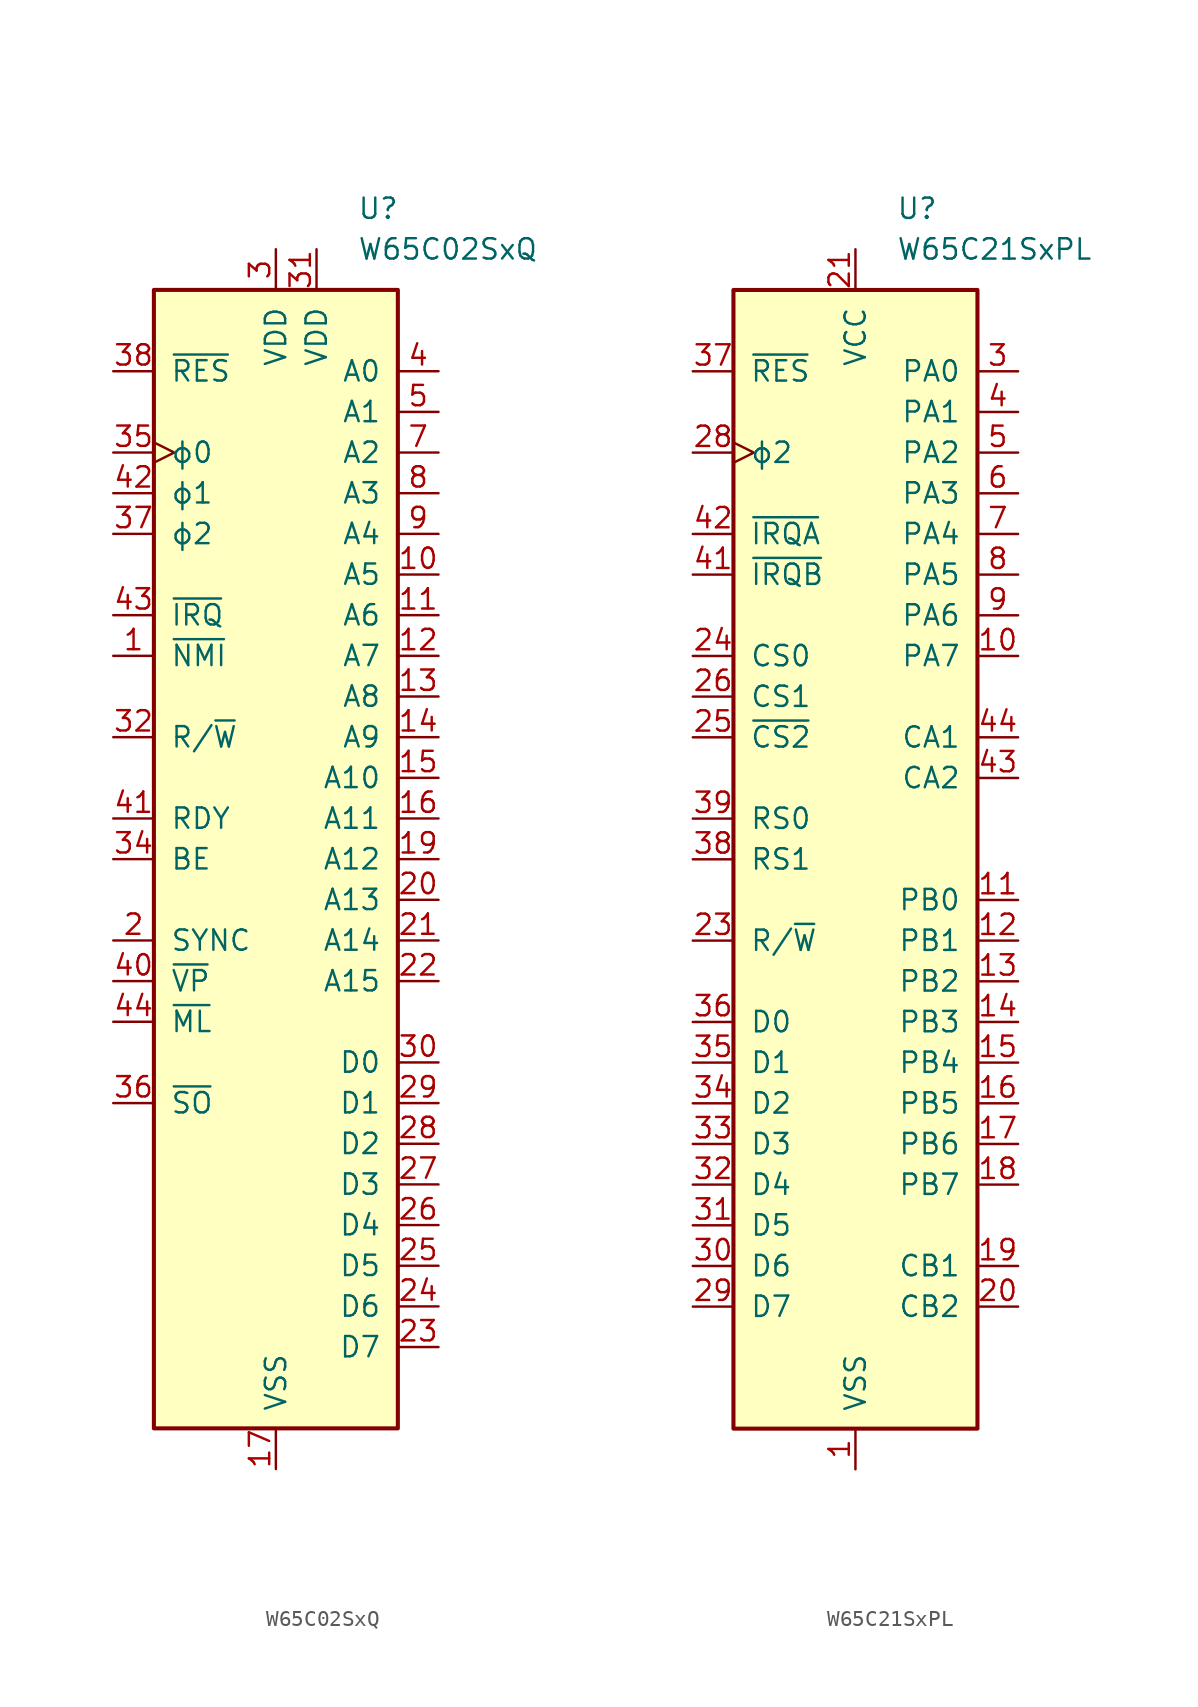
<source format=kicad_sym>
(kicad_symbol_lib
  (version 20211014)
  (generator kicad_symbol_editor)
  (symbol "W65C02SxQ"
    (pin_names
      (offset 1.016))
    (property "Reference" "U"
      (at 5.08 40.64 0)
      (effects (font (size 1.27 1.27)) (justify left)))
    (property "Value" "W65C02SxQ"
      (at 5.08 38.1 0)
      (effects (font (size 1.27 1.27)) (justify left)))
    (symbol "W65C02SxQ_0_1"
      (rectangle (start -7.62 35.56) (end 7.62 -35.56) (stroke (width 0.254) (type default) (color 0 0 0 0)) (fill (type background))))
    (symbol "W65C02SxQ_1_1"
      (pin input line (at -10.16 12.7 0) (length 2.54) (name "~{NMI}" (effects (font (size 1.27 1.27)))) (number "1" (effects (font (size 1.27 1.27)))))
      (pin tri_state line (at 10.16 17.78 180) (length 2.54) (name "A5" (effects (font (size 1.27 1.27)))) (number "10" (effects (font (size 1.27 1.27)))))
      (pin tri_state line (at 10.16 15.24 180) (length 2.54) (name "A6" (effects (font (size 1.27 1.27)))) (number "11" (effects (font (size 1.27 1.27)))))
      (pin tri_state line (at 10.16 12.7 180) (length 2.54) (name "A7" (effects (font (size 1.27 1.27)))) (number "12" (effects (font (size 1.27 1.27)))))
      (pin tri_state line (at 10.16 10.16 180) (length 2.54) (name "A8" (effects (font (size 1.27 1.27)))) (number "13" (effects (font (size 1.27 1.27)))))
      (pin tri_state line (at 10.16 7.62 180) (length 2.54) (name "A9" (effects (font (size 1.27 1.27)))) (number "14" (effects (font (size 1.27 1.27)))))
      (pin tri_state line (at 10.16 5.08 180) (length 2.54) (name "A10" (effects (font (size 1.27 1.27)))) (number "15" (effects (font (size 1.27 1.27)))))
      (pin tri_state line (at 10.16 2.54 180) (length 2.54) (name "A11" (effects (font (size 1.27 1.27)))) (number "16" (effects (font (size 1.27 1.27)))))
      (pin power_in line (at 0 -38.1 90) (length 2.54) (name "VSS" (effects (font (size 1.27 1.27)))) (number "17" (effects (font (size 1.27 1.27)))))
      (pin passive line (at 0 -38.1 90) (length 2.54) hide (name "VSS" (effects (font (size 1.27 1.27)))) (number "18" (effects (font (size 1.27 1.27)))))
      (pin tri_state line (at 10.16 0 180) (length 2.54) (name "A12" (effects (font (size 1.27 1.27)))) (number "19" (effects (font (size 1.27 1.27)))))
      (pin output line (at -10.16 -5.08 0) (length 2.54) (name "SYNC" (effects (font (size 1.27 1.27)))) (number "2" (effects (font (size 1.27 1.27)))))
      (pin tri_state line (at 10.16 -2.54 180) (length 2.54) (name "A13" (effects (font (size 1.27 1.27)))) (number "20" (effects (font (size 1.27 1.27)))))
      (pin tri_state line (at 10.16 -5.08 180) (length 2.54) (name "A14" (effects (font (size 1.27 1.27)))) (number "21" (effects (font (size 1.27 1.27)))))
      (pin tri_state line (at 10.16 -7.62 180) (length 2.54) (name "A15" (effects (font (size 1.27 1.27)))) (number "22" (effects (font (size 1.27 1.27)))))
      (pin bidirectional line (at 10.16 -30.48 180) (length 2.54) (name "D7" (effects (font (size 1.27 1.27)))) (number "23" (effects (font (size 1.27 1.27)))))
      (pin bidirectional line (at 10.16 -27.94 180) (length 2.54) (name "D6" (effects (font (size 1.27 1.27)))) (number "24" (effects (font (size 1.27 1.27)))))
      (pin bidirectional line (at 10.16 -25.4 180) (length 2.54) (name "D5" (effects (font (size 1.27 1.27)))) (number "25" (effects (font (size 1.27 1.27)))))
      (pin bidirectional line (at 10.16 -22.86 180) (length 2.54) (name "D4" (effects (font (size 1.27 1.27)))) (number "26" (effects (font (size 1.27 1.27)))))
      (pin bidirectional line (at 10.16 -20.32 180) (length 2.54) (name "D3" (effects (font (size 1.27 1.27)))) (number "27" (effects (font (size 1.27 1.27)))))
      (pin bidirectional line (at 10.16 -17.78 180) (length 2.54) (name "D2" (effects (font (size 1.27 1.27)))) (number "28" (effects (font (size 1.27 1.27)))))
      (pin bidirectional line (at 10.16 -15.24 180) (length 2.54) (name "D1" (effects (font (size 1.27 1.27)))) (number "29" (effects (font (size 1.27 1.27)))))
      (pin power_in line (at 0 38.1 270) (length 2.54) (name "VDD" (effects (font (size 1.27 1.27)))) (number "3" (effects (font (size 1.27 1.27)))))
      (pin bidirectional line (at 10.16 -12.7 180) (length 2.54) (name "D0" (effects (font (size 1.27 1.27)))) (number "30" (effects (font (size 1.27 1.27)))))
      (pin power_in line (at 2.54 38.1 270) (length 2.54) (name "VDD" (effects (font (size 1.27 1.27)))) (number "31" (effects (font (size 1.27 1.27)))))
      (pin tri_state line (at -10.16 7.62 0) (length 2.54) (name "R/~{W}" (effects (font (size 1.27 1.27)))) (number "32" (effects (font (size 1.27 1.27)))))
      (pin no_connect non_logic (at -7.62 -27.94 0) (length 2.54) hide (name "nc" (effects (font (size 1.27 1.27)))) (number "33" (effects (font (size 1.27 1.27)))))
      (pin input line (at -10.16 0 0) (length 2.54) (name "BE" (effects (font (size 1.27 1.27)))) (number "34" (effects (font (size 1.27 1.27)))))
      (pin input clock (at -10.16 25.4 0) (length 2.54) (name "ϕ0" (effects (font (size 1.27 1.27)))) (number "35" (effects (font (size 1.27 1.27)))))
      (pin input line (at -10.16 -15.24 0) (length 2.54) (name "~{SO}" (effects (font (size 1.27 1.27)))) (number "36" (effects (font (size 1.27 1.27)))))
      (pin output line (at -10.16 20.32 0) (length 2.54) (name "ϕ2" (effects (font (size 1.27 1.27)))) (number "37" (effects (font (size 1.27 1.27)))))
      (pin input line (at -10.16 30.48 0) (length 2.54) (name "~{RES}" (effects (font (size 1.27 1.27)))) (number "38" (effects (font (size 1.27 1.27)))))
      (pin passive line (at 0 -38.1 90) (length 2.54) hide (name "VSS" (effects (font (size 1.27 1.27)))) (number "39" (effects (font (size 1.27 1.27)))))
      (pin tri_state line (at 10.16 30.48 180) (length 2.54) (name "A0" (effects (font (size 1.27 1.27)))) (number "4" (effects (font (size 1.27 1.27)))))
      (pin output line (at -10.16 -7.62 0) (length 2.54) (name "~{VP}" (effects (font (size 1.27 1.27)))) (number "40" (effects (font (size 1.27 1.27)))))
      (pin open_collector line (at -10.16 2.54 0) (length 2.54) (name "RDY" (effects (font (size 1.27 1.27)))) (number "41" (effects (font (size 1.27 1.27)))))
      (pin output line (at -10.16 22.86 0) (length 2.54) (name "ϕ1" (effects (font (size 1.27 1.27)))) (number "42" (effects (font (size 1.27 1.27)))))
      (pin input line (at -10.16 15.24 0) (length 2.54) (name "~{IRQ}" (effects (font (size 1.27 1.27)))) (number "43" (effects (font (size 1.27 1.27)))))
      (pin output line (at -10.16 -10.16 0) (length 2.54) (name "~{ML}" (effects (font (size 1.27 1.27)))) (number "44" (effects (font (size 1.27 1.27)))))
      (pin tri_state line (at 10.16 27.94 180) (length 2.54) (name "A1" (effects (font (size 1.27 1.27)))) (number "5" (effects (font (size 1.27 1.27)))))
      (pin no_connect non_logic (at -7.62 -25.4 0) (length 2.54) hide (name "nc" (effects (font (size 1.27 1.27)))) (number "6" (effects (font (size 1.27 1.27)))))
      (pin tri_state line (at 10.16 25.4 180) (length 2.54) (name "A2" (effects (font (size 1.27 1.27)))) (number "7" (effects (font (size 1.27 1.27)))))
      (pin tri_state line (at 10.16 22.86 180) (length 2.54) (name "A3" (effects (font (size 1.27 1.27)))) (number "8" (effects (font (size 1.27 1.27)))))
      (pin tri_state line (at 10.16 20.32 180) (length 2.54) (name "A4" (effects (font (size 1.27 1.27)))) (number "9" (effects (font (size 1.27 1.27)))))))
  (symbol "W65C21SxPL"
    (pin_names
      (offset 1.016))
    (property "Reference" "U"
      (at 2.54 40.64 0)
      (effects (font (size 1.27 1.27)) (justify left)))
    (property "Value" "W65C21SxPL"
      (at 2.54 38.1 0)
      (effects (font (size 1.27 1.27)) (justify left)))
    (symbol "W65C21SxPL_0_1"
      (rectangle (start -7.62 35.56) (end 7.62 -35.56) (stroke (width 0.254) (type default) (color 0 0 0 0)) (fill (type background))))
    (symbol "W65C21SxPL_1_1"
      (pin power_in line (at 0 -38.1 90) (length 2.54) (name "VSS" (effects (font (size 1.27 1.27)))) (number "1" (effects (font (size 1.27 1.27)))))
      (pin bidirectional line (at 10.16 12.7 180) (length 2.54) (name "PA7" (effects (font (size 1.27 1.27)))) (number "10" (effects (font (size 1.27 1.27)))))
      (pin bidirectional line (at 10.16 -2.54 180) (length 2.54) (name "PB0" (effects (font (size 1.27 1.27)))) (number "11" (effects (font (size 1.27 1.27)))))
      (pin bidirectional line (at 10.16 -5.08 180) (length 2.54) (name "PB1" (effects (font (size 1.27 1.27)))) (number "12" (effects (font (size 1.27 1.27)))))
      (pin bidirectional line (at 10.16 -7.62 180) (length 2.54) (name "PB2" (effects (font (size 1.27 1.27)))) (number "13" (effects (font (size 1.27 1.27)))))
      (pin bidirectional line (at 10.16 -10.16 180) (length 2.54) (name "PB3" (effects (font (size 1.27 1.27)))) (number "14" (effects (font (size 1.27 1.27)))))
      (pin bidirectional line (at 10.16 -12.7 180) (length 2.54) (name "PB4" (effects (font (size 1.27 1.27)))) (number "15" (effects (font (size 1.27 1.27)))))
      (pin bidirectional line (at 10.16 -15.24 180) (length 2.54) (name "PB5" (effects (font (size 1.27 1.27)))) (number "16" (effects (font (size 1.27 1.27)))))
      (pin bidirectional line (at 10.16 -17.78 180) (length 2.54) (name "PB6" (effects (font (size 1.27 1.27)))) (number "17" (effects (font (size 1.27 1.27)))))
      (pin bidirectional line (at 10.16 -20.32 180) (length 2.54) (name "PB7" (effects (font (size 1.27 1.27)))) (number "18" (effects (font (size 1.27 1.27)))))
      (pin input line (at 10.16 -25.4 180) (length 2.54) (name "CB1" (effects (font (size 1.27 1.27)))) (number "19" (effects (font (size 1.27 1.27)))))
      (pin no_connect non_logic (at -7.62 22.86 0) (length 2.54) hide (name "nc" (effects (font (size 1.27 1.27)))) (number "2" (effects (font (size 1.27 1.27)))))
      (pin bidirectional line (at 10.16 -27.94 180) (length 2.54) (name "CB2" (effects (font (size 1.27 1.27)))) (number "20" (effects (font (size 1.27 1.27)))))
      (pin power_in line (at 0 38.1 270) (length 2.54) (name "VCC" (effects (font (size 1.27 1.27)))) (number "21" (effects (font (size 1.27 1.27)))))
      (pin no_connect non_logic (at -7.62 5.08 0) (length 2.54) hide (name "nc" (effects (font (size 1.27 1.27)))) (number "22" (effects (font (size 1.27 1.27)))))
      (pin input line (at -10.16 -5.08 0) (length 2.54) (name "R/~{W}" (effects (font (size 1.27 1.27)))) (number "23" (effects (font (size 1.27 1.27)))))
      (pin input line (at -10.16 12.7 0) (length 2.54) (name "CS0" (effects (font (size 1.27 1.27)))) (number "24" (effects (font (size 1.27 1.27)))))
      (pin input line (at -10.16 7.62 0) (length 2.54) (name "~{CS2}" (effects (font (size 1.27 1.27)))) (number "25" (effects (font (size 1.27 1.27)))))
      (pin input line (at -10.16 10.16 0) (length 2.54) (name "CS1" (effects (font (size 1.27 1.27)))) (number "26" (effects (font (size 1.27 1.27)))))
      (pin no_connect non_logic (at -7.62 -7.62 0) (length 2.54) hide (name "nc" (effects (font (size 1.27 1.27)))) (number "27" (effects (font (size 1.27 1.27)))))
      (pin input clock (at -10.16 25.4 0) (length 2.54) (name "ϕ2" (effects (font (size 1.27 1.27)))) (number "28" (effects (font (size 1.27 1.27)))))
      (pin bidirectional line (at -10.16 -27.94 0) (length 2.54) (name "D7" (effects (font (size 1.27 1.27)))) (number "29" (effects (font (size 1.27 1.27)))))
      (pin bidirectional line (at 10.16 30.48 180) (length 2.54) (name "PA0" (effects (font (size 1.27 1.27)))) (number "3" (effects (font (size 1.27 1.27)))))
      (pin bidirectional line (at -10.16 -25.4 0) (length 2.54) (name "D6" (effects (font (size 1.27 1.27)))) (number "30" (effects (font (size 1.27 1.27)))))
      (pin bidirectional line (at -10.16 -22.86 0) (length 2.54) (name "D5" (effects (font (size 1.27 1.27)))) (number "31" (effects (font (size 1.27 1.27)))))
      (pin bidirectional line (at -10.16 -20.32 0) (length 2.54) (name "D4" (effects (font (size 1.27 1.27)))) (number "32" (effects (font (size 1.27 1.27)))))
      (pin bidirectional line (at -10.16 -17.78 0) (length 2.54) (name "D3" (effects (font (size 1.27 1.27)))) (number "33" (effects (font (size 1.27 1.27)))))
      (pin bidirectional line (at -10.16 -15.24 0) (length 2.54) (name "D2" (effects (font (size 1.27 1.27)))) (number "34" (effects (font (size 1.27 1.27)))))
      (pin bidirectional line (at -10.16 -12.7 0) (length 2.54) (name "D1" (effects (font (size 1.27 1.27)))) (number "35" (effects (font (size 1.27 1.27)))))
      (pin bidirectional line (at -10.16 -10.16 0) (length 2.54) (name "D0" (effects (font (size 1.27 1.27)))) (number "36" (effects (font (size 1.27 1.27)))))
      (pin input line (at -10.16 30.48 0) (length 2.54) (name "~{RES}" (effects (font (size 1.27 1.27)))) (number "37" (effects (font (size 1.27 1.27)))))
      (pin input line (at -10.16 0 0) (length 2.54) (name "RS1" (effects (font (size 1.27 1.27)))) (number "38" (effects (font (size 1.27 1.27)))))
      (pin input line (at -10.16 2.54 0) (length 2.54) (name "RS0" (effects (font (size 1.27 1.27)))) (number "39" (effects (font (size 1.27 1.27)))))
      (pin bidirectional line (at 10.16 27.94 180) (length 2.54) (name "PA1" (effects (font (size 1.27 1.27)))) (number "4" (effects (font (size 1.27 1.27)))))
      (pin no_connect non_logic (at -7.62 -30.48 0) (length 2.54) hide (name "nc" (effects (font (size 1.27 1.27)))) (number "40" (effects (font (size 1.27 1.27)))))
      (pin open_collector line (at -10.16 17.78 0) (length 2.54) (name "~{IRQB}" (effects (font (size 1.27 1.27)))) (number "41" (effects (font (size 1.27 1.27)))))
      (pin open_collector line (at -10.16 20.32 0) (length 2.54) (name "~{IRQA}" (effects (font (size 1.27 1.27)))) (number "42" (effects (font (size 1.27 1.27)))))
      (pin bidirectional line (at 10.16 5.08 180) (length 2.54) (name "CA2" (effects (font (size 1.27 1.27)))) (number "43" (effects (font (size 1.27 1.27)))))
      (pin input line (at 10.16 7.62 180) (length 2.54) (name "CA1" (effects (font (size 1.27 1.27)))) (number "44" (effects (font (size 1.27 1.27)))))
      (pin bidirectional line (at 10.16 25.4 180) (length 2.54) (name "PA2" (effects (font (size 1.27 1.27)))) (number "5" (effects (font (size 1.27 1.27)))))
      (pin bidirectional line (at 10.16 22.86 180) (length 2.54) (name "PA3" (effects (font (size 1.27 1.27)))) (number "6" (effects (font (size 1.27 1.27)))))
      (pin bidirectional line (at 10.16 20.32 180) (length 2.54) (name "PA4" (effects (font (size 1.27 1.27)))) (number "7" (effects (font (size 1.27 1.27)))))
      (pin bidirectional line (at 10.16 17.78 180) (length 2.54) (name "PA5" (effects (font (size 1.27 1.27)))) (number "8" (effects (font (size 1.27 1.27)))))
      (pin bidirectional line (at 10.16 15.24 180) (length 2.54) (name "PA6" (effects (font (size 1.27 1.27)))) (number "9" (effects (font (size 1.27 1.27))))))))
</source>
